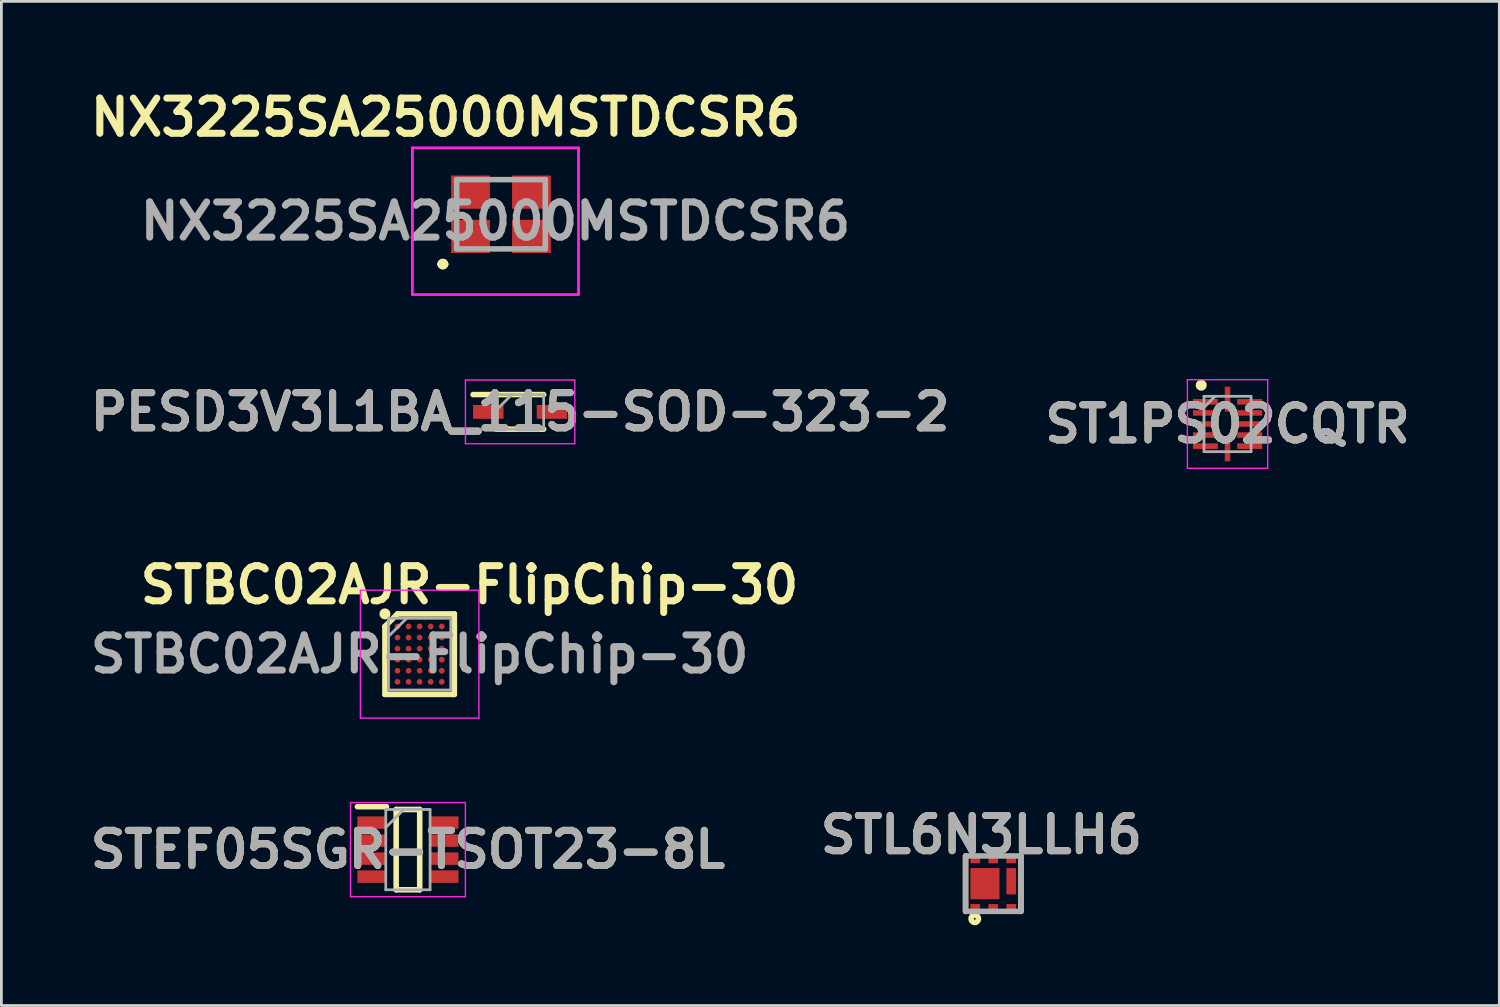
<source format=kicad_pcb>
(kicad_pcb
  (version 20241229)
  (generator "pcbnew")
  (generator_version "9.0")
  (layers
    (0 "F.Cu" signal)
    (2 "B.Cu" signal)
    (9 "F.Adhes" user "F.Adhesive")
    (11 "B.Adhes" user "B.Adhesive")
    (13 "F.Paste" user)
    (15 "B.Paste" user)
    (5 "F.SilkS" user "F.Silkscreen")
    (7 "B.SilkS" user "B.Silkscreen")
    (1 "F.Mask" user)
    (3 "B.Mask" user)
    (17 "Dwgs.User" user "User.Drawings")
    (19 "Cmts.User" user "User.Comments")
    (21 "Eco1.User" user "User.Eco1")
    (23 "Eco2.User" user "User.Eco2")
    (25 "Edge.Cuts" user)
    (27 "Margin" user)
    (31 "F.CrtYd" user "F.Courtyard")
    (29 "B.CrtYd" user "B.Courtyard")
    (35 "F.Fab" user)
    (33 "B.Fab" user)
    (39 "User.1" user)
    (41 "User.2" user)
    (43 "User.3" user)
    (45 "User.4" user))
  (footprint "ST1PS02CQTR"
    (layer "F.Cu")
    (at 41.287 12.264)
    (property "Reference" "ST1PS02CQTR" (at 0 0 0) (layer "F.SilkS") (effects (font (size 1.27 1.27) (thickness 0.254))))
    (attr smd)
    (fp_circle (center -0.95 -1.4) (end -0.95 -1.3) (stroke (width 0.2) (type solid)) (fill no) (layer "F.SilkS"))
    (fp_line (start -1.45 -1.6) (end 1.45 -1.6) (stroke (width 0.05) (type solid)) (layer "F.CrtYd"))
    (fp_line (start -1.45 1.6) (end -1.45 -1.6) (stroke (width 0.05) (type solid)) (layer "F.CrtYd"))
    (fp_line (start 1.45 -1.6) (end 1.45 1.6) (stroke (width 0.05) (type solid)) (layer "F.CrtYd"))
    (fp_line (start 1.45 1.6) (end -1.45 1.6) (stroke (width 0.05) (type solid)) (layer "F.CrtYd"))
    (fp_line (start -0.85 -1) (end 0.85 -1) (stroke (width 0.1) (type solid)) (layer "F.Fab"))
    (fp_line (start -0.85 -0.6) (end -0.45 -1) (stroke (width 0.1) (type solid)) (layer "F.Fab"))
    (fp_line (start -0.85 1) (end -0.85 -1) (stroke (width 0.1) (type solid)) (layer "F.Fab"))
    (fp_line (start 0.85 -1) (end 0.85 1) (stroke (width 0.1) (type solid)) (layer "F.Fab"))
    (fp_line (start 0.85 1) (end -0.85 1) (stroke (width 0.1) (type solid)) (layer "F.Fab"))
    (fp_text user "${REFERENCE}" (at 0 0 0) (layer "F.Fab") (effects (font (size 1.27 1.27) (thickness 0.254))))
    (pad "1" smd rect (at -0.8 -0.8 90) (size 0.2 0.9) (layers "F.Cu" "F.Mask" "F.Paste"))
    (pad "2" smd rect (at -0.8 -0.4 90) (size 0.2 0.9) (layers "F.Cu" "F.Mask" "F.Paste"))
    (pad "3" smd rect (at -0.8 0 90) (size 0.2 0.9) (layers "F.Cu" "F.Mask" "F.Paste"))
    (pad "4" smd rect (at -0.8 0.4 90) (size 0.2 0.9) (layers "F.Cu" "F.Mask" "F.Paste"))
    (pad "5" smd rect (at -0.8 0.8 90) (size 0.2 0.9) (layers "F.Cu" "F.Mask" "F.Paste"))
    (pad "6" smd rect (at 0 0.9) (size 0.2 0.9) (layers "F.Cu" "F.Mask" "F.Paste"))
    (pad "7" smd rect (at 0.8 0.8 90) (size 0.2 0.9) (layers "F.Cu" "F.Mask" "F.Paste"))
    (pad "8" smd rect (at 0.8 0.4 90) (size 0.2 0.9) (layers "F.Cu" "F.Mask" "F.Paste"))
    (pad "9" smd rect (at 0.8 0 90) (size 0.2 0.9) (layers "F.Cu" "F.Mask" "F.Paste"))
    (pad "10" smd rect (at 0.8 -0.4 90) (size 0.2 0.9) (layers "F.Cu" "F.Mask" "F.Paste"))
    (pad "11" smd rect (at 0.8 -0.8 90) (size 0.2 0.9) (layers "F.Cu" "F.Mask" "F.Paste"))
    (pad "12" smd rect (at 0 -0.9) (size 0.2 0.9) (layers "F.Cu" "F.Mask" "F.Paste")))
  (footprint "STBC02AJR-FlipChip-30"
    (layer "F.Cu")
    (at 12.107 20.577)
    (property "Reference" "STBC02AJR-FlipChip-30" (at 1.8 -2.5 0) (layer "F.SilkS") (effects (font (size 1.27 1.27) (thickness 0.254))))
    (attr smd)
    (fp_line (start -1.254 -1) (end -0.8 -1.454) (stroke (width 0.2) (type solid)) (layer "F.SilkS"))
    (fp_line (start -1.254 1.454) (end -1.254 -1) (stroke (width 0.2) (type solid)) (layer "F.SilkS"))
    (fp_line (start -0.8 -1.454) (end 1.254 -1.454) (stroke (width 0.2) (type solid)) (layer "F.SilkS"))
    (fp_line (start 1.254 -1.454) (end 1.254 1.454) (stroke (width 0.2) (type solid)) (layer "F.SilkS"))
    (fp_line (start 1.254 1.454) (end -1.254 1.454) (stroke (width 0.2) (type solid)) (layer "F.SilkS"))
    (fp_circle (center -1.254 -1.454) (end -1.254 -1.354) (stroke (width 0.2) (type solid)) (fill no) (layer "F.SilkS"))
    (fp_line (start -2.14 -2.31) (end 2.14 -2.31) (stroke (width 0.05) (type solid)) (layer "F.CrtYd"))
    (fp_line (start -2.14 2.31) (end -2.14 -2.31) (stroke (width 0.05) (type solid)) (layer "F.CrtYd"))
    (fp_line (start 2.14 -2.31) (end 2.14 2.31) (stroke (width 0.05) (type solid)) (layer "F.CrtYd"))
    (fp_line (start 2.14 2.31) (end -2.14 2.31) (stroke (width 0.05) (type solid)) (layer "F.CrtYd"))
    (fp_line (start -1.125 -1.295) (end 1.125 -1.295) (stroke (width 0.1) (type solid)) (layer "F.Fab"))
    (fp_line (start -1.125 -0.64) (end -0.47 -1.295) (stroke (width 0.1) (type solid)) (layer "F.Fab"))
    (fp_line (start -1.125 1.295) (end -1.125 -1.295) (stroke (width 0.1) (type solid)) (layer "F.Fab"))
    (fp_line (start 1.125 -1.295) (end 1.125 1.295) (stroke (width 0.1) (type solid)) (layer "F.Fab"))
    (fp_line (start 1.125 1.295) (end -1.125 1.295) (stroke (width 0.1) (type solid)) (layer "F.Fab"))
    (fp_text user "${REFERENCE}" (at 0 0 0) (layer "F.Fab") (effects (font (size 1.27 1.27) (thickness 0.254))))
    (pad "A1" smd circle (at -0.8 -1 90) (size 0.208 0.208) (layers "F.Cu" "F.Mask" "F.Paste"))
    (pad "A2" smd circle (at -0.4 -1 90) (size 0.208 0.208) (layers "F.Cu" "F.Mask" "F.Paste"))
    (pad "A3" smd circle (at 0 -1 90) (size 0.208 0.208) (layers "F.Cu" "F.Mask" "F.Paste"))
    (pad "A4" smd circle (at 0.4 -1 90) (size 0.208 0.208) (layers "F.Cu" "F.Mask" "F.Paste"))
    (pad "A5" smd circle (at 0.8 -1 90) (size 0.208 0.208) (layers "F.Cu" "F.Mask" "F.Paste"))
    (pad "B1" smd circle (at -0.8 -0.6 90) (size 0.208 0.208) (layers "F.Cu" "F.Mask" "F.Paste"))
    (pad "B2" smd circle (at -0.4 -0.6 90) (size 0.208 0.208) (layers "F.Cu" "F.Mask" "F.Paste"))
    (pad "B3" smd circle (at 0 -0.6 90) (size 0.208 0.208) (layers "F.Cu" "F.Mask" "F.Paste"))
    (pad "B4" smd circle (at 0.4 -0.6 90) (size 0.208 0.208) (layers "F.Cu" "F.Mask" "F.Paste"))
    (pad "B5" smd circle (at 0.8 -0.6 90) (size 0.208 0.208) (layers "F.Cu" "F.Mask" "F.Paste"))
    (pad "C1" smd circle (at -0.8 -0.2 90) (size 0.208 0.208) (layers "F.Cu" "F.Mask" "F.Paste"))
    (pad "C2" smd circle (at -0.4 -0.2 90) (size 0.208 0.208) (layers "F.Cu" "F.Mask" "F.Paste"))
    (pad "C3" smd circle (at 0 -0.2 90) (size 0.208 0.208) (layers "F.Cu" "F.Mask" "F.Paste"))
    (pad "C4" smd circle (at 0.4 -0.2 90) (size 0.208 0.208) (layers "F.Cu" "F.Mask" "F.Paste"))
    (pad "C5" smd circle (at 0.8 -0.2 90) (size 0.208 0.208) (layers "F.Cu" "F.Mask" "F.Paste"))
    (pad "D1" smd circle (at -0.8 0.2 90) (size 0.208 0.208) (layers "F.Cu" "F.Mask" "F.Paste"))
    (pad "D2" smd circle (at -0.4 0.2 90) (size 0.208 0.208) (layers "F.Cu" "F.Mask" "F.Paste"))
    (pad "D3" smd circle (at 0 0.2 90) (size 0.208 0.208) (layers "F.Cu" "F.Mask" "F.Paste"))
    (pad "D4" smd circle (at 0.4 0.2 90) (size 0.208 0.208) (layers "F.Cu" "F.Mask" "F.Paste"))
    (pad "D5" smd circle (at 0.8 0.2 90) (size 0.208 0.208) (layers "F.Cu" "F.Mask" "F.Paste"))
    (pad "E1" smd circle (at -0.8 0.6 90) (size 0.208 0.208) (layers "F.Cu" "F.Mask" "F.Paste"))
    (pad "E2" smd circle (at -0.4 0.6 90) (size 0.208 0.208) (layers "F.Cu" "F.Mask" "F.Paste"))
    (pad "E3" smd circle (at 0 0.6 90) (size 0.208 0.208) (layers "F.Cu" "F.Mask" "F.Paste"))
    (pad "E4" smd circle (at 0.4 0.6 90) (size 0.208 0.208) (layers "F.Cu" "F.Mask" "F.Paste"))
    (pad "E5" smd circle (at 0.8 0.6 90) (size 0.208 0.208) (layers "F.Cu" "F.Mask" "F.Paste"))
    (pad "F1" smd circle (at -0.8 1 90) (size 0.208 0.208) (layers "F.Cu" "F.Mask" "F.Paste"))
    (pad "F2" smd circle (at -0.4 1 90) (size 0.208 0.208) (layers "F.Cu" "F.Mask" "F.Paste"))
    (pad "F3" smd circle (at 0 1 90) (size 0.208 0.208) (layers "F.Cu" "F.Mask" "F.Paste"))
    (pad "F4" smd circle (at 0.4 1 90) (size 0.208 0.208) (layers "F.Cu" "F.Mask" "F.Paste"))
    (pad "F5" smd circle (at 0.8 1 90) (size 0.208 0.208) (layers "F.Cu" "F.Mask" "F.Paste")))
  (footprint "PESD3V3L1BA_115-SOD-323-2"
    (layer "F.Cu")
    (at 15.736 11.827)
    (property "Reference" "PESD3V3L1BA_115-SOD-323-2" (at 0 0 0) (layer "F.SilkS") (effects (font (size 1.27 1.27) (thickness 0.254))))
    (attr smd)
    (fp_line (start -1.7 -0.625) (end 0.85 -0.625) (stroke (width 0.2) (type solid)) (layer "F.SilkS"))
    (fp_line (start -0.85 0.625) (end 0.85 0.625) (stroke (width 0.2) (type solid)) (layer "F.SilkS"))
    (fp_line (start -1.975 -1.15) (end 1.975 -1.15) (stroke (width 0.05) (type solid)) (layer "F.CrtYd"))
    (fp_line (start -1.975 1.15) (end -1.975 -1.15) (stroke (width 0.05) (type solid)) (layer "F.CrtYd"))
    (fp_line (start 1.975 -1.15) (end 1.975 1.15) (stroke (width 0.05) (type solid)) (layer "F.CrtYd"))
    (fp_line (start 1.975 1.15) (end -1.975 1.15) (stroke (width 0.05) (type solid)) (layer "F.CrtYd"))
    (fp_line (start -0.85 -0.625) (end 0.85 -0.625) (stroke (width 0.1) (type solid)) (layer "F.Fab"))
    (fp_line (start -0.85 -0.075) (end -0.3 -0.625) (stroke (width 0.1) (type solid)) (layer "F.Fab"))
    (fp_line (start -0.85 0.625) (end -0.85 -0.625) (stroke (width 0.1) (type solid)) (layer "F.Fab"))
    (fp_line (start 0.85 -0.625) (end 0.85 0.625) (stroke (width 0.1) (type solid)) (layer "F.Fab"))
    (fp_line (start 0.85 0.625) (end -0.85 0.625) (stroke (width 0.1) (type solid)) (layer "F.Fab"))
    (fp_text user "${REFERENCE}" (at 0 0 0) (layer "F.Fab") (effects (font (size 1.27 1.27) (thickness 0.254))))
    (pad "1" smd rect (at -1.15 0 90) (size 0.5 1.1) (layers "F.Cu" "F.Mask" "F.Paste"))
    (pad "2" smd rect (at 1.15 0 90) (size 0.5 1.1) (layers "F.Cu" "F.Mask" "F.Paste")))
  (footprint "NX3225SA25000MSTDCSR6"
    (layer "F.Cu")
    (at 15.045 4.689)
    (property "Reference" "NX3225SA25000MSTDCSR6" (at -2 -3.5 0) (layer "F.SilkS") (effects (font (size 1.27 1.27) (thickness 0.254))))
    (attr smd)
    (fp_line (start -2.2 1.8) (end -2.2 1.8) (stroke (width 0.2) (type solid)) (layer "F.SilkS"))
    (fp_line (start -2 1.8) (end -2 1.8) (stroke (width 0.2) (type solid)) (layer "F.SilkS"))
    (fp_arc (start -2.2 1.8) (mid -2.1 1.7) (end -2 1.8) (stroke (width 0.2) (type solid)) (layer "F.SilkS"))
    (fp_arc (start -2 1.8) (mid -2.1 1.9) (end -2.2 1.8) (stroke (width 0.2) (type solid)) (layer "F.SilkS"))
    (fp_line (start -3.2 -2.4) (end 2.8 -2.4) (stroke (width 0.1) (type solid)) (layer "F.CrtYd"))
    (fp_line (start -3.2 2.9) (end -3.2 -2.4) (stroke (width 0.1) (type solid)) (layer "F.CrtYd"))
    (fp_line (start 2.8 -2.4) (end 2.8 2.9) (stroke (width 0.1) (type solid)) (layer "F.CrtYd"))
    (fp_line (start 2.8 2.9) (end -3.2 2.9) (stroke (width 0.1) (type solid)) (layer "F.CrtYd"))
    (fp_line (start -1.6 -1.25) (end 1.6 -1.25) (stroke (width 0.2) (type solid)) (layer "F.Fab"))
    (fp_line (start -1.6 1.25) (end -1.6 -1.25) (stroke (width 0.2) (type solid)) (layer "F.Fab"))
    (fp_line (start 1.6 -1.25) (end 1.6 1.25) (stroke (width 0.2) (type solid)) (layer "F.Fab"))
    (fp_line (start 1.6 1.25) (end -1.6 1.25) (stroke (width 0.2) (type solid)) (layer "F.Fab"))
    (fp_text user "${REFERENCE}" (at -0.2 0.25 0) (layer "F.Fab") (effects (font (size 1.27 1.27) (thickness 0.254))))
    (pad "1" smd rect (at -1.1 0.8 90) (size 1.2 1.4) (layers "F.Cu" "F.Mask" "F.Paste"))
    (pad "2" smd rect (at 1.1 0.8 90) (size 1.2 1.4) (layers "F.Cu" "F.Mask" "F.Paste"))
    (pad "3" smd rect (at 1.1 -0.8 90) (size 1.2 1.4) (layers "F.Cu" "F.Mask" "F.Paste"))
    (pad "4" smd rect (at -1.1 -0.8 90) (size 1.2 1.4) (layers "F.Cu" "F.Mask" "F.Paste")))
  (footprint "STEF05SGR-TSOT23-8L"
    (layer "F.Cu")
    (at 11.684 27.637)
    (property "Reference" "STEF05SGR-TSOT23-8L" (at 0 0 0) (layer "F.SilkS") (effects (font (size 1.27 1.27) (thickness 0.254))))
    (attr smd)
    (fp_line (start -1.825 -1.55) (end -0.775 -1.55) (stroke (width 0.2) (type solid)) (layer "F.SilkS"))
    (fp_line (start -0.425 -1.45) (end 0.425 -1.45) (stroke (width 0.2) (type solid)) (layer "F.SilkS"))
    (fp_line (start -0.425 1.45) (end -0.425 -1.45) (stroke (width 0.2) (type solid)) (layer "F.SilkS"))
    (fp_line (start 0.425 -1.45) (end 0.425 1.45) (stroke (width 0.2) (type solid)) (layer "F.SilkS"))
    (fp_line (start 0.425 1.45) (end -0.425 1.45) (stroke (width 0.2) (type solid)) (layer "F.SilkS"))
    (fp_line (start -2.075 -1.7) (end 2.075 -1.7) (stroke (width 0.05) (type solid)) (layer "F.CrtYd"))
    (fp_line (start -2.075 1.7) (end -2.075 -1.7) (stroke (width 0.05) (type solid)) (layer "F.CrtYd"))
    (fp_line (start 2.075 -1.7) (end 2.075 1.7) (stroke (width 0.05) (type solid)) (layer "F.CrtYd"))
    (fp_line (start 2.075 1.7) (end -2.075 1.7) (stroke (width 0.05) (type solid)) (layer "F.CrtYd"))
    (fp_line (start -0.8 -1.45) (end 0.8 -1.45) (stroke (width 0.1) (type solid)) (layer "F.Fab"))
    (fp_line (start -0.8 -0.8) (end -0.15 -1.45) (stroke (width 0.1) (type solid)) (layer "F.Fab"))
    (fp_line (start -0.8 1.45) (end -0.8 -1.45) (stroke (width 0.1) (type solid)) (layer "F.Fab"))
    (fp_line (start 0.8 -1.45) (end 0.8 1.45) (stroke (width 0.1) (type solid)) (layer "F.Fab"))
    (fp_line (start 0.8 1.45) (end -0.8 1.45) (stroke (width 0.1) (type solid)) (layer "F.Fab"))
    (fp_text user "${REFERENCE}" (at 0 0 0) (layer "F.Fab") (effects (font (size 1.27 1.27) (thickness 0.254))))
    (pad "1" smd rect (at -1.3 -0.975 90) (size 0.45 1.05) (layers "F.Cu" "F.Mask" "F.Paste"))
    (pad "2" smd rect (at -1.3 -0.325 90) (size 0.45 1.05) (layers "F.Cu" "F.Mask" "F.Paste"))
    (pad "3" smd rect (at -1.3 0.325 90) (size 0.45 1.05) (layers "F.Cu" "F.Mask" "F.Paste"))
    (pad "4" smd rect (at -1.3 0.975 90) (size 0.45 1.05) (layers "F.Cu" "F.Mask" "F.Paste"))
    (pad "5" smd rect (at 1.3 0.975 90) (size 0.45 1.05) (layers "F.Cu" "F.Mask" "F.Paste"))
    (pad "6" smd rect (at 1.3 0.325 90) (size 0.45 1.05) (layers "F.Cu" "F.Mask" "F.Paste"))
    (pad "7" smd rect (at 1.3 -0.325 90) (size 0.45 1.05) (layers "F.Cu" "F.Mask" "F.Paste"))
    (pad "8" smd rect (at 1.3 -0.975 90) (size 0.45 1.05) (layers "F.Cu" "F.Mask" "F.Paste")))
  (footprint "STL6N3LLH6"
    (layer "F.Cu")
    (at 32.825 28.867)
    (property "Reference" "STL6N3LLH6" (at -0.428 -1.766 0) (layer "F.SilkS") (effects (font (size 1.27 1.27) (thickness 0.254))))
    (attr smd)
    (fp_line (start -1 -1) (end -1 1) (stroke (width 0.2) (type solid)) (layer "F.SilkS"))
    (fp_line (start 1 -1) (end 1 1) (stroke (width 0.2) (type solid)) (layer "F.SilkS"))
    (fp_circle (center -0.667 1.268) (end -0.667 1.302) (stroke (width 0.2) (type solid)) (fill no) (layer "F.SilkS"))
    (fp_line (start -1 -1) (end 1 -1) (stroke (width 0.2) (type solid)) (layer "F.Fab"))
    (fp_line (start -1 1) (end -1 -1) (stroke (width 0.2) (type solid)) (layer "F.Fab"))
    (fp_line (start 1 -1) (end 1 1) (stroke (width 0.2) (type solid)) (layer "F.Fab"))
    (fp_line (start 1 1) (end -1 1) (stroke (width 0.2) (type solid)) (layer "F.Fab"))
    (fp_text user "${REFERENCE}" (at -0.428 -1.766 0) (layer "F.Fab") (effects (font (size 1.27 1.27) (thickness 0.254))))
    (pad "1" smd rect (at -0.65 0.887 90) (size 0.3 0.35) (layers "F.Cu" "F.Mask" "F.Paste"))
    (pad "2" smd rect (at 0 0.887 90) (size 0.3 0.35) (layers "F.Cu" "F.Mask" "F.Paste"))
    (pad "3" smd rect (at 0.65 0.887 90) (size 0.3 0.35) (layers "F.Cu" "F.Mask" "F.Paste"))
    (pad "4" smd rect (at 0.65 -0.887 90) (size 0.3 0.35) (layers "F.Cu" "F.Mask" "F.Paste"))
    (pad "5" smd rect (at 0 -0.887 90) (size 0.3 0.35) (layers "F.Cu" "F.Mask" "F.Paste"))
    (pad "6" smd rect (at -0.65 -0.887 90) (size 0.3 0.35) (layers "F.Cu" "F.Mask" "F.Paste"))
    (pad "7" smd rect (at -0.3 0) (size 1.05 1.125) (layers "F.Cu" "F.Mask" "F.Paste"))
    (pad "8" smd rect (at 0.65 -0.087) (size 0.35 0.95) (layers "F.Cu" "F.Mask" "F.Paste")))
  (gr_rect
    (start -3 -3)
    (end 51.103 33.269)
    (stroke (width 0.1) (type default))
    (fill no)
    (layer "Edge.Cuts")))
</source>
